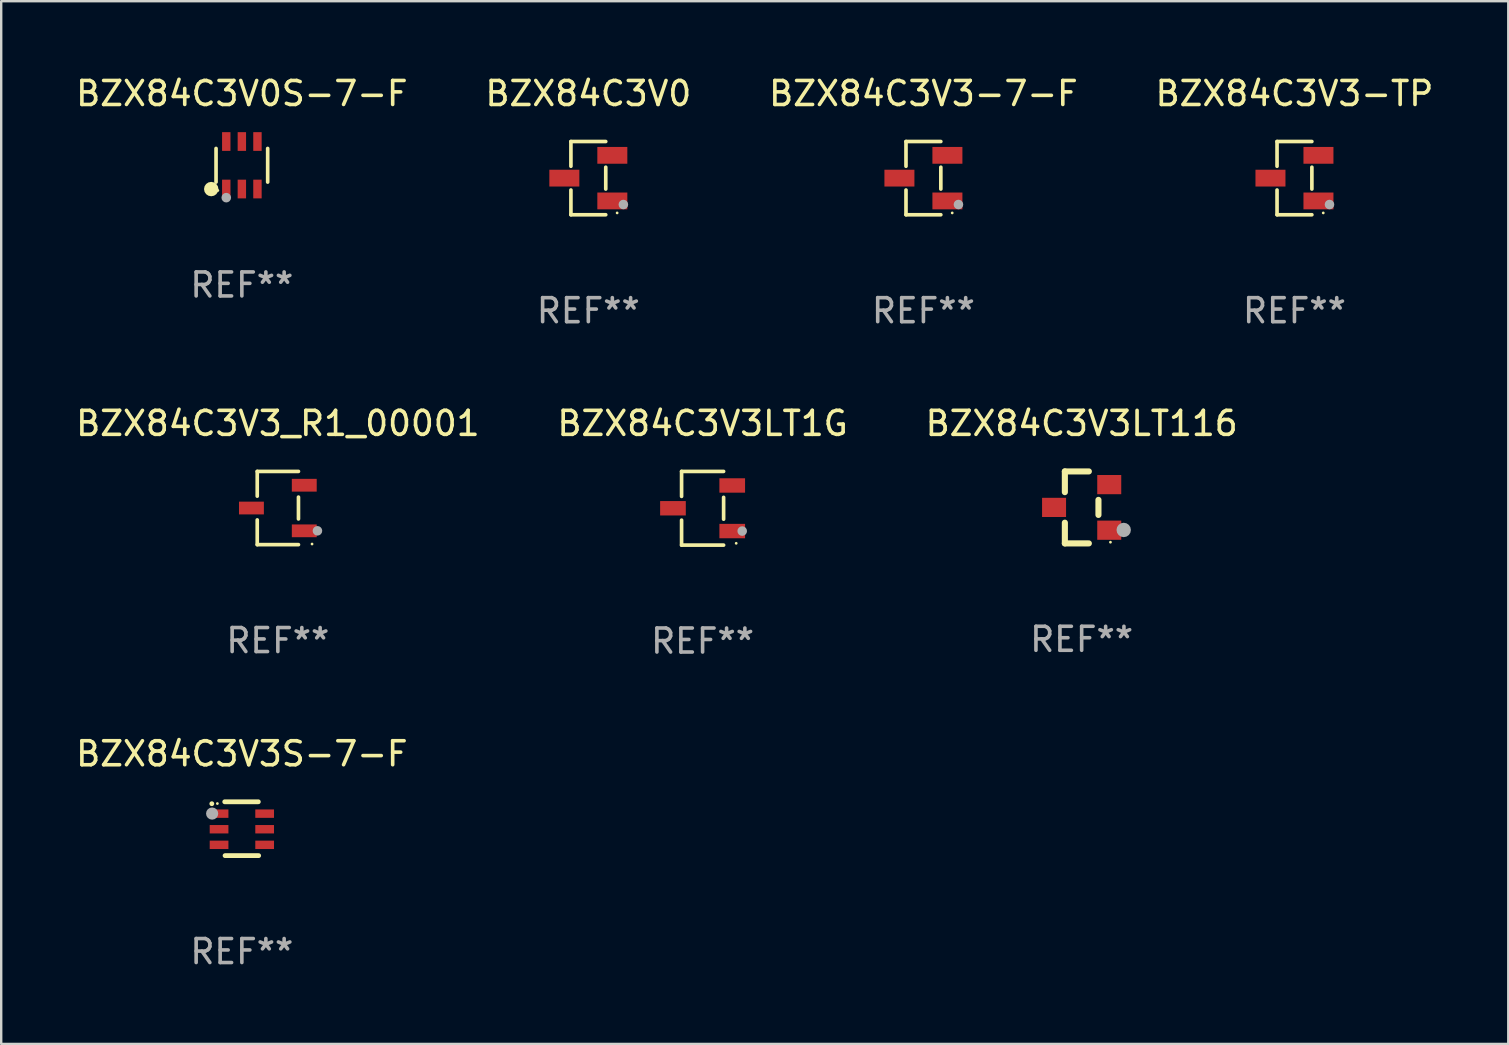
<source format=kicad_pcb>
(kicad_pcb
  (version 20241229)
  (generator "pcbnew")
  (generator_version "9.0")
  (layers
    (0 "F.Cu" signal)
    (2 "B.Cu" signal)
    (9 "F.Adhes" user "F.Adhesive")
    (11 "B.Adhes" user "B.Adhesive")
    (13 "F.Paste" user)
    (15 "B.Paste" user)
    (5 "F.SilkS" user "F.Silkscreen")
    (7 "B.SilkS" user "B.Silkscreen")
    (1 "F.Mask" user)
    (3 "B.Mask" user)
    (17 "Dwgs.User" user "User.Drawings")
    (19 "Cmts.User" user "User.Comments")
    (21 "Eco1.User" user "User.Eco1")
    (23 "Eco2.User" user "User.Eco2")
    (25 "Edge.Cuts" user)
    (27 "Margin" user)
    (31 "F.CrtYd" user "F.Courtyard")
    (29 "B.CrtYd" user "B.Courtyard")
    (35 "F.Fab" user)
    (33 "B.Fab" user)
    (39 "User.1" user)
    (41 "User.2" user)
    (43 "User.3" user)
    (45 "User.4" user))
  (footprint "BZX84C3V0S-7-F"
    (layer "F.Cu")
    (at 7.03 3.838)
    (property "Reference" "BZX84C3V0S-7-F" (at 0 -2.99 0) (layer "F.SilkS") (effects (font (size 1 1) (thickness 0.15))))
    (attr through_hole)
    (fp_line (start -1.076 0.701) (end -1.076 -0.701) (stroke (width 0.152) (type solid)) (layer "F.SilkS"))
    (fp_line (start 1.076 0.701) (end 1.076 -0.701) (stroke (width 0.152) (type solid)) (layer "F.SilkS"))
    (fp_circle (center -1.277 0.992) (end -1.127 0.992) (stroke (width 0.3) (type solid)) (fill no) (layer "F.SilkS"))
    (fp_circle (center -1 1.05) (end -0.97 1.05) (stroke (width 0.06) (type solid)) (fill no) (layer "F.SilkS"))
    (fp_circle (center -0.65 1.35) (end -0.55 1.35) (stroke (width 0.2) (type solid)) (fill no) (layer "F.Fab"))
    (fp_text user "REF**" (at 0 4.99 0) (layer "F.Fab") (effects (font (size 1 1) (thickness 0.15))))
    (pad "1" smd rect (at -0.65 0.99) (size 0.35 0.78) (layers "F.Cu" "F.Mask" "F.Paste"))
    (pad "2" smd rect (at 0 0.99) (size 0.35 0.78) (layers "F.Cu" "F.Mask" "F.Paste"))
    (pad "3" smd rect (at 0.65 0.99) (size 0.35 0.78) (layers "F.Cu" "F.Mask" "F.Paste"))
    (pad "4" smd rect (at 0.65 -0.99) (size 0.35 0.78) (layers "F.Cu" "F.Mask" "F.Paste"))
    (pad "5" smd rect (at 0 -0.99) (size 0.35 0.78) (layers "F.Cu" "F.Mask" "F.Paste"))
    (pad "6" smd rect (at -0.65 -0.99) (size 0.35 0.78) (layers "F.Cu" "F.Mask" "F.Paste")))
  (footprint "BZX84C3V3LT116"
    (layer "F.Cu")
    (at 42.03 18.097)
    (property "Reference" "BZX84C3V3LT116" (at 0 -3.5 0) (layer "F.SilkS") (effects (font (size 1 1) (thickness 0.15))))
    (attr through_hole)
    (fp_line (start -0.7 -1.5) (end 0.3 -1.5) (stroke (width 0.254) (type solid)) (layer "F.SilkS"))
    (fp_line (start -0.7 -0.636) (end -0.7 -1.5) (stroke (width 0.254) (type solid)) (layer "F.SilkS"))
    (fp_line (start -0.7 1.5) (end -0.7 0.636) (stroke (width 0.254) (type solid)) (layer "F.SilkS"))
    (fp_line (start -0.7 1.5) (end 0.3 1.5) (stroke (width 0.254) (type solid)) (layer "F.SilkS"))
    (fp_line (start 0.7 0.314) (end 0.7 -0.314) (stroke (width 0.254) (type solid)) (layer "F.SilkS"))
    (fp_circle (center 1.2 1.45) (end 1.23 1.45) (stroke (width 0.06) (type solid)) (fill no) (layer "F.SilkS"))
    (fp_circle (center 1.753 0.94) (end 1.903 0.94) (stroke (width 0.3) (type solid)) (fill no) (layer "F.Fab"))
    (fp_text user "REF**" (at 0 5.5 0) (layer "F.Fab") (effects (font (size 1 1) (thickness 0.15))))
    (pad "1" smd rect (at 1.15 0.95 180) (size 1 0.8) (layers "F.Cu" "F.Mask" "F.Paste"))
    (pad "2" smd rect (at 1.15 -0.95 180) (size 1 0.8) (layers "F.Cu" "F.Mask" "F.Paste"))
    (pad "3" smd rect (at -1.15 -0.000051 180) (size 1 0.8) (layers "F.Cu" "F.Mask" "F.Paste")))
  (footprint "BZX84C3V0"
    (layer "F.Cu")
    (at 21.47 4.374)
    (property "Reference" "BZX84C3V0" (at 0 -3.526 0) (layer "F.SilkS") (effects (font (size 1 1) (thickness 0.15))))
    (attr through_hole)
    (fp_line (start -0.726 -1.526) (end -0.726 -0.495) (stroke (width 0.152) (type solid)) (layer "F.SilkS"))
    (fp_line (start -0.726 1.526) (end -0.726 0.495) (stroke (width 0.152) (type solid)) (layer "F.SilkS"))
    (fp_line (start 0.726 -1.526) (end -0.726 -1.526) (stroke (width 0.152) (type solid)) (layer "F.SilkS"))
    (fp_line (start 0.726 -0.455) (end 0.726 0.455) (stroke (width 0.152) (type solid)) (layer "F.SilkS"))
    (fp_line (start 0.726 1.526) (end -0.726 1.526) (stroke (width 0.152) (type solid)) (layer "F.SilkS"))
    (fp_circle (center 1.2 1.45) (end 1.23 1.45) (stroke (width 0.06) (type solid)) (fill no) (layer "F.SilkS"))
    (fp_circle (center 1.46 1.1) (end 1.56 1.1) (stroke (width 0.2) (type solid)) (fill no) (layer "F.Fab"))
    (fp_text user "REF**" (at 0 5.526 0) (layer "F.Fab") (effects (font (size 1 1) (thickness 0.15))))
    (pad "1" smd rect (at 1 0.95) (size 1.25 0.7) (layers "F.Cu" "F.Mask" "F.Paste"))
    (pad "2" smd rect (at 1 -0.95) (size 1.25 0.7) (layers "F.Cu" "F.Mask" "F.Paste"))
    (pad "3" smd rect (at -1 0) (size 1.25 0.7) (layers "F.Cu" "F.Mask" "F.Paste")))
  (footprint "BZX84C3V3LT1G"
    (layer "F.Cu")
    (at 26.232 18.133)
    (property "Reference" "BZX84C3V3LT1G" (at 0 -3.536 0) (layer "F.SilkS") (effects (font (size 1 1) (thickness 0.15))))
    (attr through_hole)
    (fp_line (start -0.876 -1.536) (end -0.876 -0.495) (stroke (width 0.152) (type solid)) (layer "F.SilkS"))
    (fp_line (start -0.876 1.536) (end -0.876 0.495) (stroke (width 0.152) (type solid)) (layer "F.SilkS"))
    (fp_line (start 0.876 -1.536) (end -0.876 -1.536) (stroke (width 0.152) (type solid)) (layer "F.SilkS"))
    (fp_line (start 0.876 -0.455) (end 0.876 0.455) (stroke (width 0.152) (type solid)) (layer "F.SilkS"))
    (fp_line (start 0.876 1.536) (end -0.876 1.536) (stroke (width 0.152) (type solid)) (layer "F.SilkS"))
    (fp_circle (center 1.4 1.46) (end 1.43 1.46) (stroke (width 0.06) (type solid)) (fill no) (layer "F.SilkS"))
    (fp_circle (center 1.651 0.95) (end 1.751 0.95) (stroke (width 0.2) (type solid)) (fill no) (layer "F.Fab"))
    (fp_text user "REF**" (at 0 5.536 0) (layer "F.Fab") (effects (font (size 1 1) (thickness 0.15))))
    (pad "1" smd rect (at 1.235 0.95) (size 1.07 0.6) (layers "F.Cu" "F.Mask" "F.Paste"))
    (pad "2" smd rect (at 1.235 -0.95) (size 1.07 0.6) (layers "F.Cu" "F.Mask" "F.Paste"))
    (pad "3" smd rect (at -1.235 0) (size 1.07 0.6) (layers "F.Cu" "F.Mask" "F.Paste")))
  (footprint "BZX84C3V3-TP"
    (layer "F.Cu")
    (at 50.899 4.374)
    (property "Reference" "BZX84C3V3-TP" (at 0 -3.526 0) (layer "F.SilkS") (effects (font (size 1 1) (thickness 0.15))))
    (attr through_hole)
    (fp_line (start -0.726 -1.526) (end -0.726 -0.495) (stroke (width 0.152) (type solid)) (layer "F.SilkS"))
    (fp_line (start -0.726 1.526) (end -0.726 0.495) (stroke (width 0.152) (type solid)) (layer "F.SilkS"))
    (fp_line (start 0.726 -1.526) (end -0.726 -1.526) (stroke (width 0.152) (type solid)) (layer "F.SilkS"))
    (fp_line (start 0.726 -0.455) (end 0.726 0.455) (stroke (width 0.152) (type solid)) (layer "F.SilkS"))
    (fp_line (start 0.726 1.526) (end -0.726 1.526) (stroke (width 0.152) (type solid)) (layer "F.SilkS"))
    (fp_circle (center 1.2 1.45) (end 1.23 1.45) (stroke (width 0.06) (type solid)) (fill no) (layer "F.SilkS"))
    (fp_circle (center 1.46 1.1) (end 1.56 1.1) (stroke (width 0.2) (type solid)) (fill no) (layer "F.Fab"))
    (fp_text user "REF**" (at 0 5.526 0) (layer "F.Fab") (effects (font (size 1 1) (thickness 0.15))))
    (pad "1" smd rect (at 1 0.95) (size 1.25 0.7) (layers "F.Cu" "F.Mask" "F.Paste"))
    (pad "2" smd rect (at 1 -0.95) (size 1.25 0.7) (layers "F.Cu" "F.Mask" "F.Paste"))
    (pad "3" smd rect (at -1 0) (size 1.25 0.7) (layers "F.Cu" "F.Mask" "F.Paste")))
  (footprint "BZX84C3V3-7-F"
    (layer "F.Cu")
    (at 35.435 4.374)
    (property "Reference" "BZX84C3V3-7-F" (at 0 -3.526 0) (layer "F.SilkS") (effects (font (size 1 1) (thickness 0.15))))
    (attr through_hole)
    (fp_line (start -0.726 -1.526) (end -0.726 -0.495) (stroke (width 0.152) (type solid)) (layer "F.SilkS"))
    (fp_line (start -0.726 1.526) (end -0.726 0.495) (stroke (width 0.152) (type solid)) (layer "F.SilkS"))
    (fp_line (start 0.726 -1.526) (end -0.726 -1.526) (stroke (width 0.152) (type solid)) (layer "F.SilkS"))
    (fp_line (start 0.726 -0.455) (end 0.726 0.455) (stroke (width 0.152) (type solid)) (layer "F.SilkS"))
    (fp_line (start 0.726 1.526) (end -0.726 1.526) (stroke (width 0.152) (type solid)) (layer "F.SilkS"))
    (fp_circle (center 1.2 1.45) (end 1.23 1.45) (stroke (width 0.06) (type solid)) (fill no) (layer "F.SilkS"))
    (fp_circle (center 1.46 1.1) (end 1.56 1.1) (stroke (width 0.2) (type solid)) (fill no) (layer "F.Fab"))
    (fp_text user "REF**" (at 0 5.526 0) (layer "F.Fab") (effects (font (size 1 1) (thickness 0.15))))
    (pad "1" smd rect (at 1 0.95) (size 1.25 0.7) (layers "F.Cu" "F.Mask" "F.Paste"))
    (pad "2" smd rect (at 1 -0.95) (size 1.25 0.7) (layers "F.Cu" "F.Mask" "F.Paste"))
    (pad "3" smd rect (at -1 0) (size 1.25 0.7) (layers "F.Cu" "F.Mask" "F.Paste")))
  (footprint "BZX84C3V3S-7-F"
    (layer "F.Cu")
    (at 7.03 31.488)
    (property "Reference" "BZX84C3V3S-7-F" (at 0 -3.122 0) (layer "F.SilkS") (effects (font (size 1 1) (thickness 0.15))))
    (attr through_hole)
    (fp_line (start 0.686 -1.122) (end -0.714 -1.122) (stroke (width 0.2) (type solid)) (layer "F.SilkS"))
    (fp_line (start 0.7 1.122) (end -0.7 1.122) (stroke (width 0.2) (type solid)) (layer "F.SilkS"))
    (fp_arc (start -1.252273 -1.041897) (mid -1.252172 -1.041898) (end -1.25207 -1.041897) (stroke (width 0.2) (type solid)) (layer "F.SilkS"))
    (fp_circle (center -1.021 -1.049) (end -0.991 -1.049) (stroke (width 0.06) (type solid)) (fill no) (layer "F.SilkS"))
    (fp_circle (center -1.239 -0.631) (end -1.112 -0.631) (stroke (width 0.254) (type solid)) (fill no) (layer "F.Fab"))
    (fp_text user "REF**" (at 0 5.122 0) (layer "F.Fab") (effects (font (size 1 1) (thickness 0.15))))
    (pad "1" smd rect (at -0.95 -0.628 270) (size 0.35 0.78) (layers "F.Cu" "F.Mask" "F.Paste"))
    (pad "2" smd rect (at -0.95 0.022 270) (size 0.35 0.78) (layers "F.Cu" "F.Mask" "F.Paste"))
    (pad "3" smd rect (at -0.95 0.672 270) (size 0.35 0.78) (layers "F.Cu" "F.Mask" "F.Paste"))
    (pad "4" smd rect (at 0.95 0.672 90) (size 0.35 0.78) (layers "F.Cu" "F.Mask" "F.Paste"))
    (pad "5" smd rect (at 0.95 0.022 90) (size 0.35 0.78) (layers "F.Cu" "F.Mask" "F.Paste"))
    (pad "6" smd rect (at 0.95 -0.628 90) (size 0.35 0.78) (layers "F.Cu" "F.Mask" "F.Paste")))
  (footprint "BZX84C3V3_R1_00001"
    (layer "F.Cu")
    (at 8.53 18.123)
    (property "Reference" "BZX84C3V3_R1_00001" (at 0 -3.526 0) (layer "F.SilkS") (effects (font (size 1 1) (thickness 0.15))))
    (attr through_hole)
    (fp_line (start -0.859 -1.526) (end -0.859 -0.495) (stroke (width 0.152) (type solid)) (layer "F.SilkS"))
    (fp_line (start -0.859 1.526) (end -0.859 0.495) (stroke (width 0.152) (type solid)) (layer "F.SilkS"))
    (fp_line (start 0.859 -1.526) (end -0.859 -1.526) (stroke (width 0.152) (type solid)) (layer "F.SilkS"))
    (fp_line (start 0.859 -0.455) (end 0.859 0.455) (stroke (width 0.152) (type solid)) (layer "F.SilkS"))
    (fp_line (start 0.859 1.526) (end -0.859 1.526) (stroke (width 0.152) (type solid)) (layer "F.SilkS"))
    (fp_circle (center 1.425 1.5) (end 1.455 1.5) (stroke (width 0.06) (type solid)) (fill no) (layer "F.SilkS"))
    (fp_circle (center 1.65 0.95) (end 1.75 0.95) (stroke (width 0.2) (type solid)) (fill no) (layer "F.Fab"))
    (fp_text user "REF**" (at 0 5.526 0) (layer "F.Fab") (effects (font (size 1 1) (thickness 0.15))))
    (pad "1" smd rect (at 1.101 0.95) (size 1.037 0.532) (layers "F.Cu" "F.Mask" "F.Paste"))
    (pad "2" smd rect (at 1.101 -0.95) (size 1.037 0.532) (layers "F.Cu" "F.Mask" "F.Paste"))
    (pad "3" smd rect (at -1.101 0) (size 1.037 0.532) (layers "F.Cu" "F.Mask" "F.Paste")))
  (gr_rect
    (start -3 -3)
    (end 59.81 40.457)
    (stroke (width 0.1) (type default))
    (fill no)
    (layer "Edge.Cuts")))
</source>
